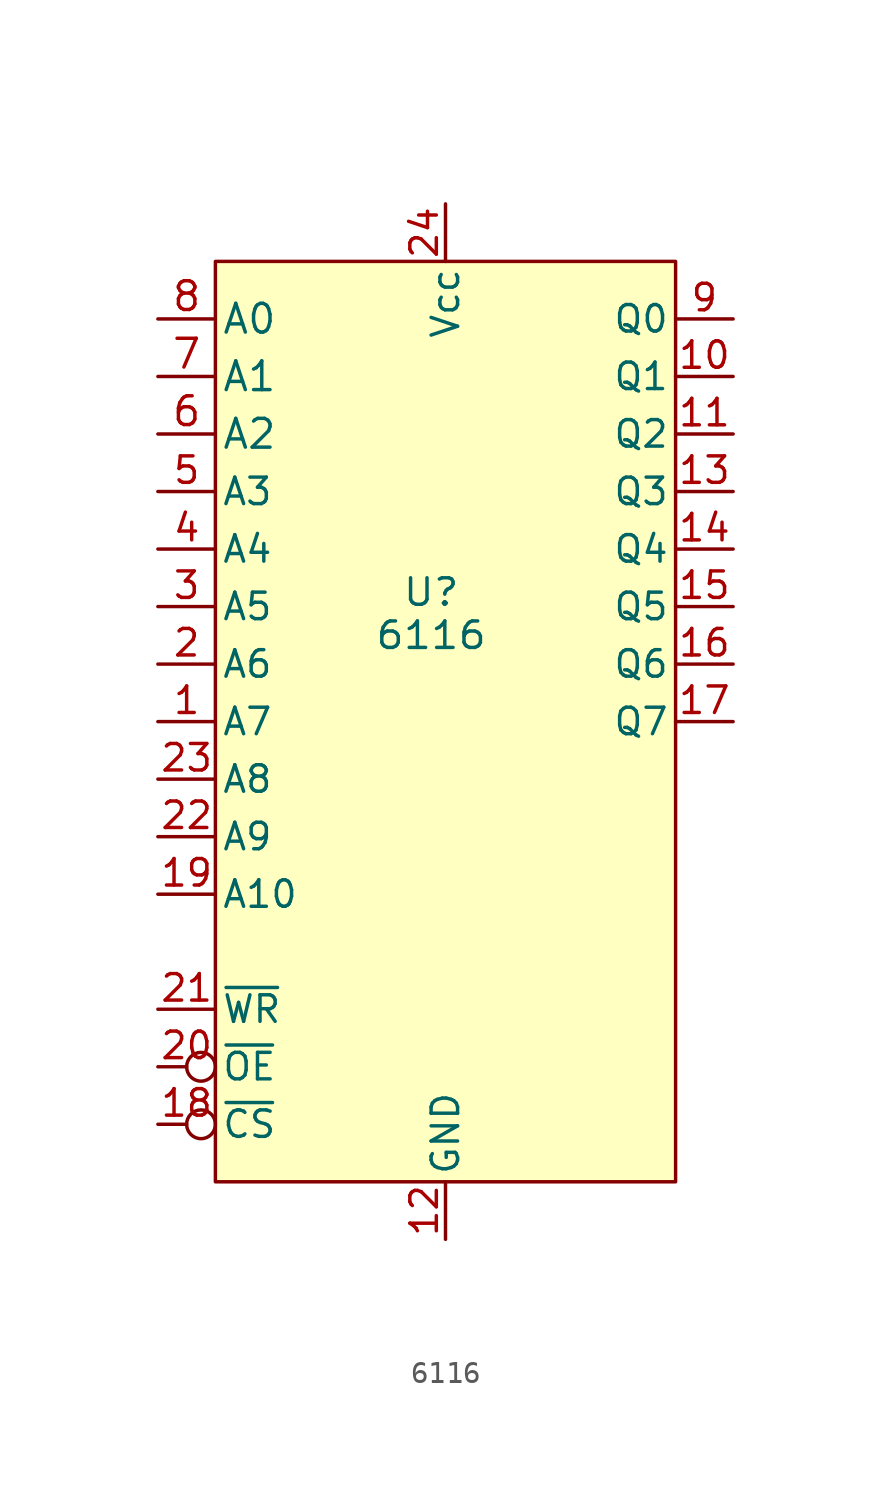
<source format=kicad_sym>
(kicad_symbol_lib
  (version 20220914)
  (generator kicad_symbol_editor)
  (symbol "6116"
    (pin_names
      (offset 0.254))
    (property "Reference" "U"
      (at -0.635 5.715 0)
      (effects (font (size 1.17 1.27))))
    (property "Value" "6116"
      (at -0.635 3.81 0)
      (effects (font (size 1.17 1.27))))
    (property "Footprint" ""
      (at 0 0 0)
      (effects (font (size 1.524 1.524))))
    (property "Datasheet" ""
      (at 0 0 0)
      (effects (font (size 1.524 1.524))))
    (symbol "6116_1_0"
      (pin power_in line (at 0 -22.86 90) (length 2.54) (name "GND" (effects (font (size 1.17 1.17)))) (number "12" (effects (font (size 1.17 1.17)))))
      (pin power_in line (at 0 22.86 270) (length 2.54) (name "Vcc" (effects (font (size 1.17 1.17)))) (number "24" (effects (font (size 1.17 1.17))))))
    (symbol "6116_1_1"
      (rectangle (start -10.16 20.32) (end 10.16 -20.32) (stroke (width 0) (type solid)) (fill (type background)))
      (pin input line (at -12.7 0 0) (length 2.54) (name "A7" (effects (font (size 1.17 1.17)))) (number "1" (effects (font (size 1.17 1.17)))))
      (pin tri_state line (at 12.7 15.24 180) (length 2.54) (name "Q1" (effects (font (size 1.17 1.17)))) (number "10" (effects (font (size 1.17 1.17)))))
      (pin tri_state line (at 12.7 12.7 180) (length 2.54) (name "Q2" (effects (font (size 1.17 1.17)))) (number "11" (effects (font (size 1.17 1.17)))))
      (pin tri_state line (at 12.7 10.16 180) (length 2.54) (name "Q3" (effects (font (size 1.17 1.17)))) (number "13" (effects (font (size 1.17 1.17)))))
      (pin tri_state line (at 12.7 7.62 180) (length 2.54) (name "Q4" (effects (font (size 1.17 1.17)))) (number "14" (effects (font (size 1.17 1.17)))))
      (pin tri_state line (at 12.7 5.08 180) (length 2.54) (name "Q5" (effects (font (size 1.17 1.17)))) (number "15" (effects (font (size 1.17 1.17)))))
      (pin tri_state line (at 12.7 2.54 180) (length 2.54) (name "Q6" (effects (font (size 1.17 1.17)))) (number "16" (effects (font (size 1.17 1.17)))))
      (pin tri_state line (at 12.7 0 180) (length 2.54) (name "Q7" (effects (font (size 1.17 1.17)))) (number "17" (effects (font (size 1.17 1.17)))))
      (pin input inverted (at -12.7 -17.78 0) (length 2.54) (name "~{CS}" (effects (font (size 1.17 1.17)))) (number "18" (effects (font (size 1.17 1.17)))))
      (pin input line (at -12.7 -7.62 0) (length 2.54) (name "A10" (effects (font (size 1.17 1.17)))) (number "19" (effects (font (size 1.17 1.17)))))
      (pin input line (at -12.7 2.54 0) (length 2.54) (name "A6" (effects (font (size 1.17 1.17)))) (number "2" (effects (font (size 1.17 1.17)))))
      (pin input inverted (at -12.7 -15.24 0) (length 2.54) (name "~{OE}" (effects (font (size 1.17 1.17)))) (number "20" (effects (font (size 1.17 1.17)))))
      (pin input line (at -12.7 -12.7 0) (length 2.54) (name "~{WR}" (effects (font (size 1.17 1.17)))) (number "21" (effects (font (size 1.17 1.17)))))
      (pin input line (at -12.7 -5.08 0) (length 2.54) (name "A9" (effects (font (size 1.17 1.17)))) (number "22" (effects (font (size 1.17 1.17)))))
      (pin input line (at -12.7 -2.54 0) (length 2.54) (name "A8" (effects (font (size 1.17 1.17)))) (number "23" (effects (font (size 1.17 1.17)))))
      (pin input line (at -12.7 5.08 0) (length 2.54) (name "A5" (effects (font (size 1.17 1.17)))) (number "3" (effects (font (size 1.17 1.17)))))
      (pin input line (at -12.7 7.62 0) (length 2.54) (name "A4" (effects (font (size 1.17 1.17)))) (number "4" (effects (font (size 1.17 1.17)))))
      (pin input line (at -12.7 10.16 0) (length 2.54) (name "A3" (effects (font (size 1.17 1.17)))) (number "5" (effects (font (size 1.17 1.17)))))
      (pin input line (at -12.7 12.7 0) (length 2.54) (name "A2" (effects (font (size 1.27 1.27)))) (number "6" (effects (font (size 1.27 1.27)))))
      (pin input line (at -12.7 15.24 0) (length 2.54) (name "A1" (effects (font (size 1.27 1.27)))) (number "7" (effects (font (size 1.27 1.27)))))
      (pin input line (at -12.7 17.78 0) (length 2.54) (name "A0" (effects (font (size 1.27 1.27)))) (number "8" (effects (font (size 1.27 1.27)))))
      (pin tri_state line (at 12.7 17.78 180) (length 2.54) (name "Q0" (effects (font (size 1.17 1.17)))) (number "9" (effects (font (size 1.17 1.17))))))))
</source>
